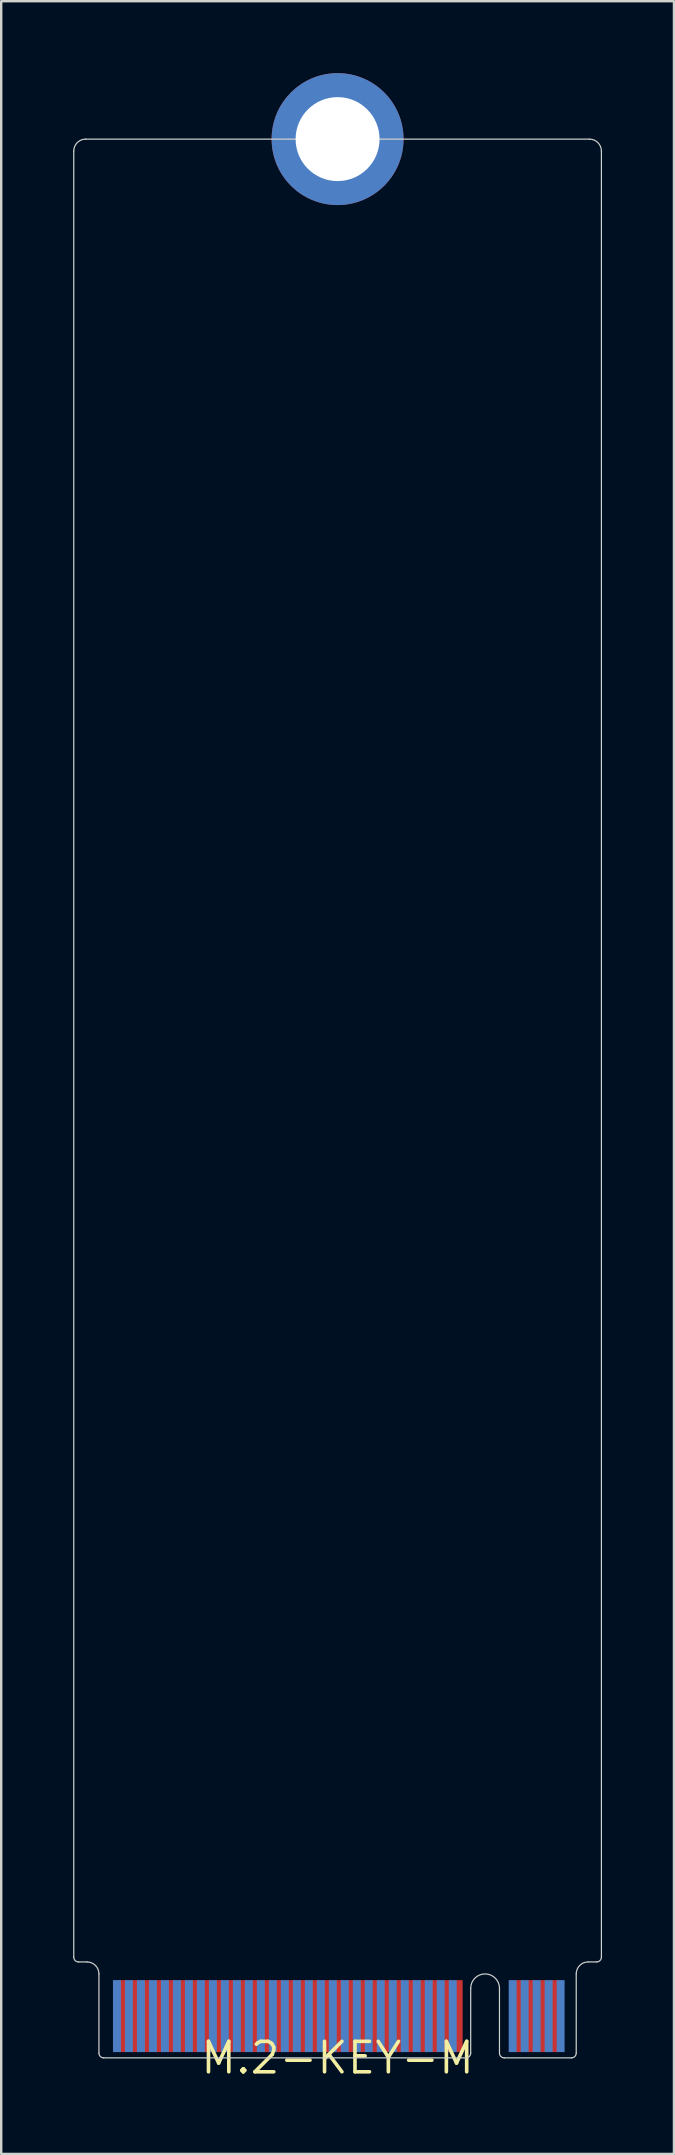
<source format=kicad_pcb>
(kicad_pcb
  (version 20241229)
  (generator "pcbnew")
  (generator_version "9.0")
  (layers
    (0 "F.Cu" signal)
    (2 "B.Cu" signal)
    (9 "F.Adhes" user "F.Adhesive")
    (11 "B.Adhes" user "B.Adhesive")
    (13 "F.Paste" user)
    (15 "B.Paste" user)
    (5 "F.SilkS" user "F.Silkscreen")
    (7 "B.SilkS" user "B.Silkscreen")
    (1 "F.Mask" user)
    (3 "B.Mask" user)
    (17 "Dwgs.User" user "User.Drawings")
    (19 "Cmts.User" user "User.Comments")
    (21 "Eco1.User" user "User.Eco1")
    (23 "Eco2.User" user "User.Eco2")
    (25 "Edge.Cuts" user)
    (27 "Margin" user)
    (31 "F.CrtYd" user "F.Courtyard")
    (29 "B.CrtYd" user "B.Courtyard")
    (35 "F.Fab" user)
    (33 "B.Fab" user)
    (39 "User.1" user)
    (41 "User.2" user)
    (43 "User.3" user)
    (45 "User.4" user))
  (footprint "M.2-KEY-M"
    (layer "F.Cu")
    (at 11.025 82.75)
    (property "Reference" "M.2-KEY-M" (at 0 0 0) (layer "F.SilkS") (effects (font (size 1.27 1.27) (thickness 0.15))))
    (attr through_hole)
    (fp_line (start -11 -79.5) (end -11 -4.2) (stroke (width 0.05) (type solid)) (layer "Edge.Cuts"))
    (fp_line (start -10.8 -4) (end -10.45 -4) (stroke (width 0.05) (type solid)) (layer "Edge.Cuts"))
    (fp_line (start -9.95 -3.5) (end -9.95 -0.2) (stroke (width 0.05) (type solid)) (layer "Edge.Cuts"))
    (fp_line (start 5.35 0) (end -9.75 0) (stroke (width 0.05) (type solid)) (layer "Edge.Cuts"))
    (fp_line (start 5.55 -0.2) (end 5.55 -2.9) (stroke (width 0.05) (type solid)) (layer "Edge.Cuts"))
    (fp_line (start 6.75 -0.2) (end 6.75 -2.9) (stroke (width 0.05) (type solid)) (layer "Edge.Cuts"))
    (fp_line (start 6.95 0) (end 9.75 0) (stroke (width 0.05) (type solid)) (layer "Edge.Cuts"))
    (fp_line (start 9.95 -0.2) (end 9.95 -3.5) (stroke (width 0.05) (type solid)) (layer "Edge.Cuts"))
    (fp_line (start 10.45 -4) (end 10.8 -4) (stroke (width 0.05) (type solid)) (layer "Edge.Cuts"))
    (fp_line (start 10.5 -80) (end -10.5 -80) (stroke (width 0.05) (type solid)) (layer "Edge.Cuts"))
    (fp_line (start 11 -4.2) (end 11 -79.5) (stroke (width 0.05) (type solid)) (layer "Edge.Cuts"))
    (fp_arc (start -11 -79.5) (mid -10.853553 -79.853553) (end -10.5 -80) (stroke (width 0.05) (type solid)) (layer "Edge.Cuts"))
    (fp_arc (start -10.8 -4) (mid -10.941421 -4.058579) (end -11 -4.2) (stroke (width 0.05) (type solid)) (layer "Edge.Cuts"))
    (fp_arc (start -10.45 -4) (mid -10.096447 -3.853553) (end -9.95 -3.5) (stroke (width 0.05) (type solid)) (layer "Edge.Cuts"))
    (fp_arc (start -9.75 0) (mid -9.891421 -0.058579) (end -9.95 -0.2) (stroke (width 0.05) (type solid)) (layer "Edge.Cuts"))
    (fp_arc (start 5.55 -2.9) (mid 6.15 -3.5) (end 6.75 -2.9) (stroke (width 0.05) (type solid)) (layer "Edge.Cuts"))
    (fp_arc (start 5.55 -0.2) (mid 5.491421 -0.058579) (end 5.35 0) (stroke (width 0.05) (type solid)) (layer "Edge.Cuts"))
    (fp_arc (start 6.95 0) (mid 6.808579 -0.058579) (end 6.75 -0.2) (stroke (width 0.05) (type solid)) (layer "Edge.Cuts"))
    (fp_arc (start 9.95 -3.5) (mid 10.096447 -3.853553) (end 10.45 -4) (stroke (width 0.05) (type solid)) (layer "Edge.Cuts"))
    (fp_arc (start 9.95 -0.2) (mid 9.891421 -0.058579) (end 9.75 0) (stroke (width 0.05) (type solid)) (layer "Edge.Cuts"))
    (fp_arc (start 10.5 -80) (mid 10.853553 -79.853553) (end 11 -79.5) (stroke (width 0.05) (type solid)) (layer "Edge.Cuts"))
    (fp_arc (start 11 -4.2) (mid 10.941421 -4.058579) (end 10.8 -4) (stroke (width 0.05) (type solid)) (layer "Edge.Cuts"))
    (pad "1" smd rect (at -9.2 -1.741) (size 0.33 3) (layers "B.Cu" "B.Mask" "B.Paste"))
    (pad "2" smd rect (at -8.95 -1.741) (size 0.33 3) (layers "F.Cu" "F.Mask" "F.Paste"))
    (pad "3" smd rect (at -8.7 -1.741) (size 0.33 3) (layers "B.Cu" "B.Mask" "B.Paste"))
    (pad "4" smd rect (at -8.45 -1.741) (size 0.33 3) (layers "F.Cu" "F.Mask" "F.Paste"))
    (pad "5" smd rect (at -8.2 -1.741) (size 0.33 3) (layers "B.Cu" "B.Mask" "B.Paste"))
    (pad "6" smd rect (at -7.95 -1.741) (size 0.33 3) (layers "F.Cu" "F.Mask" "F.Paste"))
    (pad "7" smd rect (at -7.7 -1.741) (size 0.33 3) (layers "B.Cu" "B.Mask" "B.Paste"))
    (pad "8" smd rect (at -7.45 -1.741) (size 0.33 3) (layers "F.Cu" "F.Mask" "F.Paste"))
    (pad "9" smd rect (at -7.2 -1.741) (size 0.33 3) (layers "B.Cu" "B.Mask" "B.Paste"))
    (pad "10" smd rect (at -6.95 -1.741) (size 0.33 3) (layers "F.Cu" "F.Mask" "F.Paste"))
    (pad "11" smd rect (at -6.7 -1.741) (size 0.33 3) (layers "B.Cu" "B.Mask" "B.Paste"))
    (pad "12" smd rect (at -6.45 -1.741) (size 0.33 3) (layers "F.Cu" "F.Mask" "F.Paste"))
    (pad "13" smd rect (at -6.2 -1.741) (size 0.33 3) (layers "B.Cu" "B.Mask" "B.Paste"))
    (pad "14" smd rect (at -5.95 -1.741) (size 0.33 3) (layers "F.Cu" "F.Mask" "F.Paste"))
    (pad "15" smd rect (at -5.7 -1.741) (size 0.33 3) (layers "B.Cu" "B.Mask" "B.Paste"))
    (pad "16" smd rect (at -5.45 -1.741) (size 0.33 3) (layers "F.Cu" "F.Mask" "F.Paste"))
    (pad "17" smd rect (at -5.2 -1.741) (size 0.33 3) (layers "B.Cu" "B.Mask" "B.Paste"))
    (pad "18" smd rect (at -4.95 -1.741) (size 0.33 3) (layers "F.Cu" "F.Mask" "F.Paste"))
    (pad "19" smd rect (at -4.7 -1.741) (size 0.33 3) (layers "B.Cu" "B.Mask" "B.Paste"))
    (pad "20" smd rect (at -4.45 -1.741) (size 0.33 3) (layers "F.Cu" "F.Mask" "F.Paste"))
    (pad "21" smd rect (at -4.2 -1.741) (size 0.33 3) (layers "B.Cu" "B.Mask" "B.Paste"))
    (pad "22" smd rect (at -3.95 -1.741) (size 0.33 3) (layers "F.Cu" "F.Mask" "F.Paste"))
    (pad "23" smd rect (at -3.7 -1.741) (size 0.33 3) (layers "B.Cu" "B.Mask" "B.Paste"))
    (pad "24" smd rect (at -3.45 -1.741) (size 0.33 3) (layers "F.Cu" "F.Mask" "F.Paste"))
    (pad "25" smd rect (at -3.2 -1.741) (size 0.33 3) (layers "B.Cu" "B.Mask" "B.Paste"))
    (pad "26" smd rect (at -2.95 -1.741) (size 0.33 3) (layers "F.Cu" "F.Mask" "F.Paste"))
    (pad "27" smd rect (at -2.7 -1.741) (size 0.33 3) (layers "B.Cu" "B.Mask" "B.Paste"))
    (pad "28" smd rect (at -2.45 -1.741) (size 0.33 3) (layers "F.Cu" "F.Mask" "F.Paste"))
    (pad "29" smd rect (at -2.2 -1.741) (size 0.33 3) (layers "B.Cu" "B.Mask" "B.Paste"))
    (pad "30" smd rect (at -1.95 -1.741) (size 0.33 3) (layers "F.Cu" "F.Mask" "F.Paste"))
    (pad "31" smd rect (at -1.7 -1.741) (size 0.33 3) (layers "B.Cu" "B.Mask" "B.Paste"))
    (pad "32" smd rect (at -1.45 -1.741) (size 0.33 3) (layers "F.Cu" "F.Mask" "F.Paste"))
    (pad "33" smd rect (at -1.2 -1.741) (size 0.33 3) (layers "B.Cu" "B.Mask" "B.Paste"))
    (pad "34" smd rect (at -0.95 -1.741) (size 0.33 3) (layers "F.Cu" "F.Mask" "F.Paste"))
    (pad "35" smd rect (at -0.7 -1.741) (size 0.33 3) (layers "B.Cu" "B.Mask" "B.Paste"))
    (pad "36" smd rect (at -0.45 -1.741) (size 0.33 3) (layers "F.Cu" "F.Mask" "F.Paste"))
    (pad "37" smd rect (at -0.2 -1.741) (size 0.33 3) (layers "B.Cu" "B.Mask" "B.Paste"))
    (pad "38" smd rect (at 0.05 -1.741) (size 0.33 3) (layers "F.Cu" "F.Mask" "F.Paste"))
    (pad "39" smd rect (at 0.3 -1.741) (size 0.33 3) (layers "B.Cu" "B.Mask" "B.Paste"))
    (pad "40" smd rect (at 0.55 -1.741) (size 0.33 3) (layers "F.Cu" "F.Mask" "F.Paste"))
    (pad "41" smd rect (at 0.8 -1.741) (size 0.33 3) (layers "B.Cu" "B.Mask" "B.Paste"))
    (pad "42" smd rect (at 1.05 -1.741) (size 0.33 3) (layers "F.Cu" "F.Mask" "F.Paste"))
    (pad "43" smd rect (at 1.3 -1.741) (size 0.33 3) (layers "B.Cu" "B.Mask" "B.Paste"))
    (pad "44" smd rect (at 1.55 -1.741) (size 0.33 3) (layers "F.Cu" "F.Mask" "F.Paste"))
    (pad "45" smd rect (at 1.8 -1.741) (size 0.33 3) (layers "B.Cu" "B.Mask" "B.Paste"))
    (pad "46" smd rect (at 2.05 -1.741) (size 0.33 3) (layers "F.Cu" "F.Mask" "F.Paste"))
    (pad "47" smd rect (at 2.3 -1.741) (size 0.33 3) (layers "B.Cu" "B.Mask" "B.Paste"))
    (pad "48" smd rect (at 2.55 -1.741) (size 0.33 3) (layers "F.Cu" "F.Mask" "F.Paste"))
    (pad "49" smd rect (at 2.8 -1.741) (size 0.33 3) (layers "B.Cu" "B.Mask" "B.Paste"))
    (pad "50" smd rect (at 3.05 -1.741) (size 0.33 3) (layers "F.Cu" "F.Mask" "F.Paste"))
    (pad "51" smd rect (at 3.3 -1.741) (size 0.33 3) (layers "B.Cu" "B.Mask" "B.Paste"))
    (pad "52" smd rect (at 3.55 -1.741) (size 0.33 3) (layers "F.Cu" "F.Mask" "F.Paste"))
    (pad "53" smd rect (at 3.8 -1.741) (size 0.33 3) (layers "B.Cu" "B.Mask" "B.Paste"))
    (pad "54" smd rect (at 4.05 -1.741) (size 0.33 3) (layers "F.Cu" "F.Mask" "F.Paste"))
    (pad "55" smd rect (at 4.3 -1.741) (size 0.33 3) (layers "B.Cu" "B.Mask" "B.Paste"))
    (pad "56" smd rect (at 4.55 -1.741) (size 0.33 3) (layers "F.Cu" "F.Mask" "F.Paste"))
    (pad "57" smd rect (at 4.8 -1.741) (size 0.33 3) (layers "B.Cu" "B.Mask" "B.Paste"))
    (pad "58" smd rect (at 5.05 -1.741) (size 0.33 3) (layers "F.Cu" "F.Mask" "F.Paste"))
    (pad "67" smd rect (at 7.3 -1.741) (size 0.33 3) (layers "B.Cu" "B.Mask" "B.Paste"))
    (pad "68" smd rect (at 7.55 -1.741) (size 0.33 3) (layers "F.Cu" "F.Mask" "F.Paste"))
    (pad "69" smd rect (at 7.8 -1.741) (size 0.33 3) (layers "B.Cu" "B.Mask" "B.Paste"))
    (pad "70" smd rect (at 8.05 -1.741) (size 0.33 3) (layers "F.Cu" "F.Mask" "F.Paste"))
    (pad "71" smd rect (at 8.3 -1.741) (size 0.33 3) (layers "B.Cu" "B.Mask" "B.Paste"))
    (pad "72" smd rect (at 8.55 -1.741) (size 0.33 3) (layers "F.Cu" "F.Mask" "F.Paste"))
    (pad "73" smd rect (at 8.8 -1.741) (size 0.33 3) (layers "B.Cu" "B.Mask" "B.Paste"))
    (pad "74" smd rect (at 9.05 -1.741) (size 0.33 3) (layers "F.Cu" "F.Mask" "F.Paste"))
    (pad "75" smd rect (at 9.3 -1.741) (size 0.33 3) (layers "B.Cu" "B.Mask" "B.Paste"))
    (pad "MH" thru_hole circle (at 0 -80) (size 5.5 5.5) (drill 3.5) (layers "*.Cu" "*.Mask")))
  (gr_rect
    (start -3 -3)
    (end 25.05 86.756)
    (stroke (width 0.1) (type default))
    (fill no)
    (layer "Edge.Cuts")))
</source>
